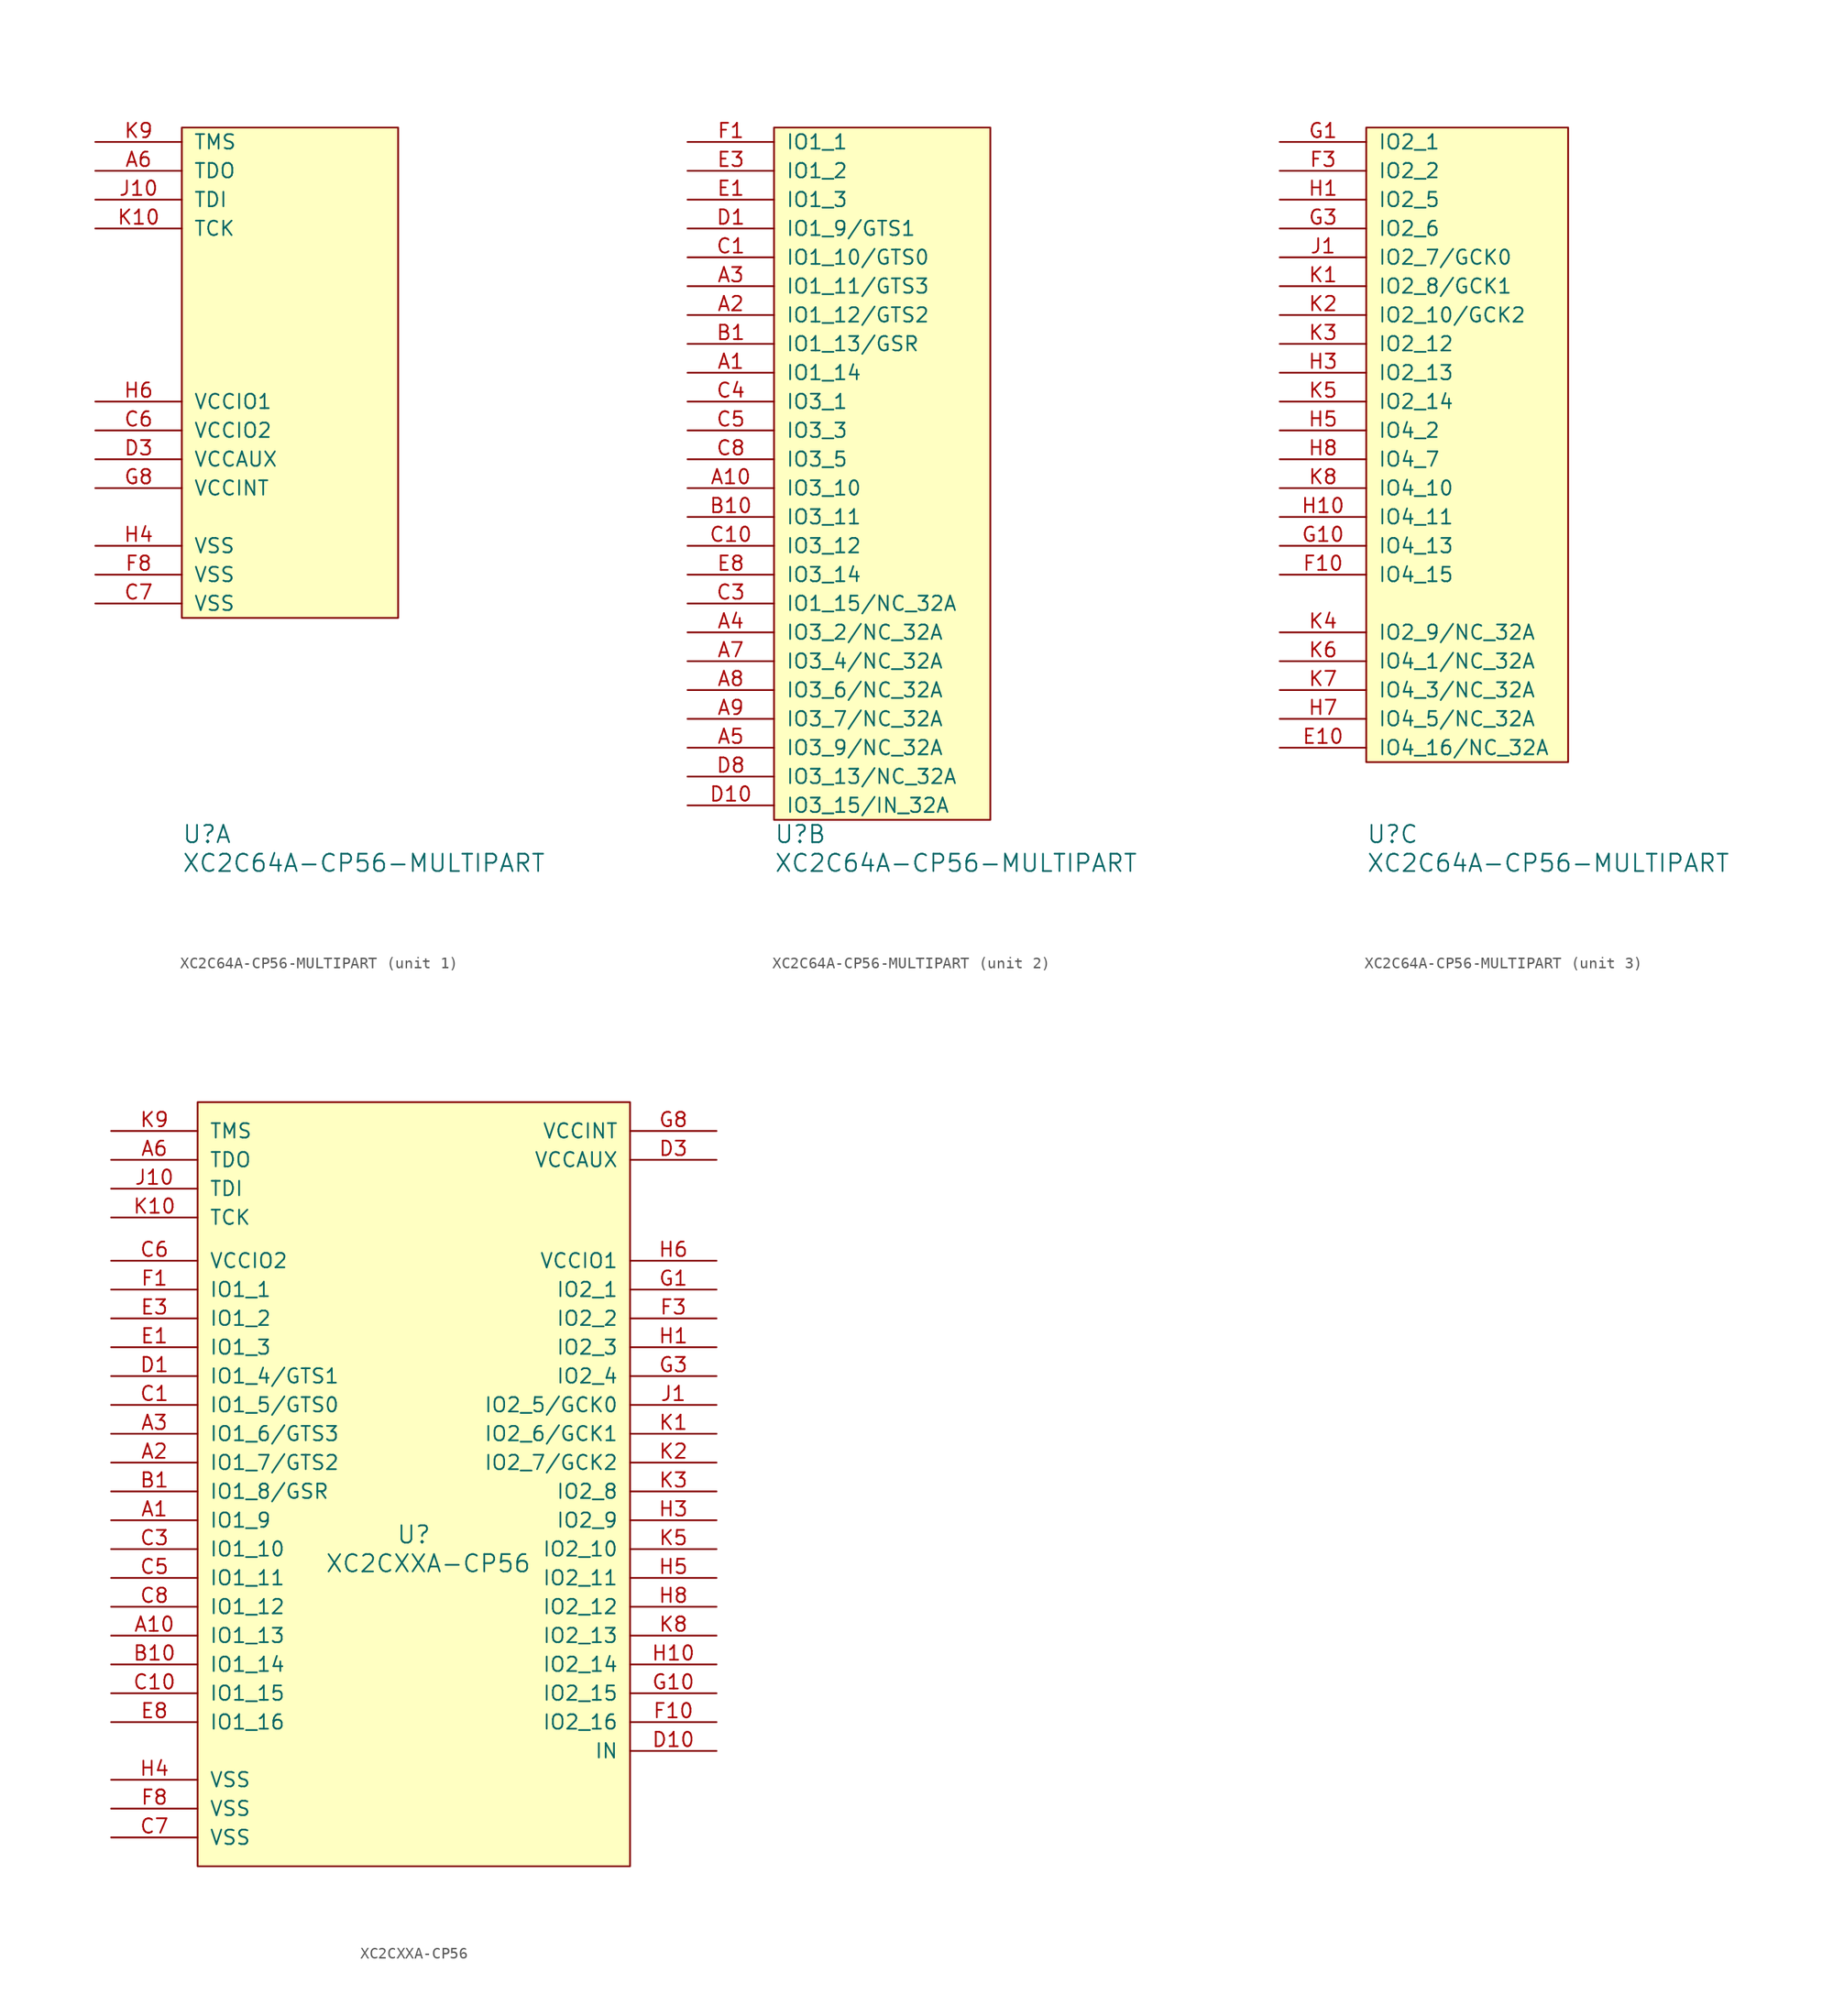
<source format=kicad_sym>
(kicad_symbol_lib
  (version 20211014)
  (generator kicad_symbol_editor)
  (symbol "XC2C64A-CP56-MULTIPART"
    (pin_names
      (offset 1.016))
    (property "Reference" "U"
      (at -19.05 -22.86 0)
      (effects (font (size 1.524 1.524)) (justify left)))
    (property "Value" "XC2C64A-CP56-MULTIPART"
      (at -19.05 -25.4 0)
      (effects (font (size 1.524 1.524)) (justify left)))
    (property "Footprint" ""
      (at 0 0 0)
      (effects (font (size 1.524 1.524))))
    (property "Datasheet" ""
      (at 0 0 0)
      (effects (font (size 1.524 1.524))))
    (property "ki_locked" ""
      (at 0 0 0)
      (effects (font (size 1.27 1.27))))
    (symbol "XC2C64A-CP56-MULTIPART_1_1"
      (rectangle (start -19.05 39.37) (end 0 -3.81) (stroke (width 0) (type default) (color 0 0 0 0)) (fill (type background)))
      (pin output line (at -26.67 35.56 0) (length 7.62) (name "TDO" (effects (font (size 1.27 1.27)))) (number "A6" (effects (font (size 1.27 1.27)))))
      (pin power_in line (at -26.67 12.7 0) (length 7.62) (name "VCCIO2" (effects (font (size 1.27 1.27)))) (number "C6" (effects (font (size 1.27 1.27)))))
      (pin power_in line (at -26.67 -2.54 0) (length 7.62) (name "VSS" (effects (font (size 1.27 1.27)))) (number "C7" (effects (font (size 1.27 1.27)))))
      (pin power_in line (at -26.67 10.16 0) (length 7.62) (name "VCCAUX" (effects (font (size 1.27 1.27)))) (number "D3" (effects (font (size 1.27 1.27)))))
      (pin power_in line (at -26.67 0 0) (length 7.62) (name "VSS" (effects (font (size 1.27 1.27)))) (number "F8" (effects (font (size 1.27 1.27)))))
      (pin power_in line (at -26.67 7.62 0) (length 7.62) (name "VCCINT" (effects (font (size 1.27 1.27)))) (number "G8" (effects (font (size 1.27 1.27)))))
      (pin power_in line (at -26.67 2.54 0) (length 7.62) (name "VSS" (effects (font (size 1.27 1.27)))) (number "H4" (effects (font (size 1.27 1.27)))))
      (pin power_in line (at -26.67 15.24 0) (length 7.62) (name "VCCIO1" (effects (font (size 1.27 1.27)))) (number "H6" (effects (font (size 1.27 1.27)))))
      (pin input line (at -26.67 33.02 0) (length 7.62) (name "TDI" (effects (font (size 1.27 1.27)))) (number "J10" (effects (font (size 1.27 1.27)))))
      (pin input line (at -26.67 30.48 0) (length 7.62) (name "TCK" (effects (font (size 1.27 1.27)))) (number "K10" (effects (font (size 1.27 1.27)))))
      (pin input line (at -26.67 38.1 0) (length 7.62) (name "TMS" (effects (font (size 1.27 1.27)))) (number "K9" (effects (font (size 1.27 1.27))))))
    (symbol "XC2C64A-CP56-MULTIPART_2_1"
      (rectangle (start -19.05 39.37) (end 0 -21.59) (stroke (width 0) (type default) (color 0 0 0 0)) (fill (type background)))
      (pin bidirectional line (at -26.67 17.78 0) (length 7.62) (name "IO1_14" (effects (font (size 1.27 1.27)))) (number "A1" (effects (font (size 1.27 1.27)))))
      (pin bidirectional line (at -26.67 7.62 0) (length 7.62) (name "IO3_10" (effects (font (size 1.27 1.27)))) (number "A10" (effects (font (size 1.27 1.27)))))
      (pin bidirectional line (at -26.67 22.86 0) (length 7.62) (name "IO1_12/GTS2" (effects (font (size 1.27 1.27)))) (number "A2" (effects (font (size 1.27 1.27)))))
      (pin bidirectional line (at -26.67 25.4 0) (length 7.62) (name "IO1_11/GTS3" (effects (font (size 1.27 1.27)))) (number "A3" (effects (font (size 1.27 1.27)))))
      (pin bidirectional line (at -26.67 -5.08 0) (length 7.62) (name "IO3_2/NC_32A" (effects (font (size 1.27 1.27)))) (number "A4" (effects (font (size 1.27 1.27)))))
      (pin bidirectional line (at -26.67 -15.24 0) (length 7.62) (name "IO3_9/NC_32A" (effects (font (size 1.27 1.27)))) (number "A5" (effects (font (size 1.27 1.27)))))
      (pin bidirectional line (at -26.67 -7.62 0) (length 7.62) (name "IO3_4/NC_32A" (effects (font (size 1.27 1.27)))) (number "A7" (effects (font (size 1.27 1.27)))))
      (pin bidirectional line (at -26.67 -10.16 0) (length 7.62) (name "IO3_6/NC_32A" (effects (font (size 1.27 1.27)))) (number "A8" (effects (font (size 1.27 1.27)))))
      (pin bidirectional line (at -26.67 -12.7 0) (length 7.62) (name "IO3_7/NC_32A" (effects (font (size 1.27 1.27)))) (number "A9" (effects (font (size 1.27 1.27)))))
      (pin bidirectional line (at -26.67 20.32 0) (length 7.62) (name "IO1_13/GSR" (effects (font (size 1.27 1.27)))) (number "B1" (effects (font (size 1.27 1.27)))))
      (pin bidirectional line (at -26.67 5.08 0) (length 7.62) (name "IO3_11" (effects (font (size 1.27 1.27)))) (number "B10" (effects (font (size 1.27 1.27)))))
      (pin bidirectional line (at -26.67 27.94 0) (length 7.62) (name "IO1_10/GTS0" (effects (font (size 1.27 1.27)))) (number "C1" (effects (font (size 1.27 1.27)))))
      (pin bidirectional line (at -26.67 2.54 0) (length 7.62) (name "IO3_12" (effects (font (size 1.27 1.27)))) (number "C10" (effects (font (size 1.27 1.27)))))
      (pin bidirectional line (at -26.67 -2.54 0) (length 7.62) (name "IO1_15/NC_32A" (effects (font (size 1.27 1.27)))) (number "C3" (effects (font (size 1.27 1.27)))))
      (pin bidirectional line (at -26.67 15.24 0) (length 7.62) (name "IO3_1" (effects (font (size 1.27 1.27)))) (number "C4" (effects (font (size 1.27 1.27)))))
      (pin bidirectional line (at -26.67 12.7 0) (length 7.62) (name "IO3_3" (effects (font (size 1.27 1.27)))) (number "C5" (effects (font (size 1.27 1.27)))))
      (pin bidirectional line (at -26.67 10.16 0) (length 7.62) (name "IO3_5" (effects (font (size 1.27 1.27)))) (number "C8" (effects (font (size 1.27 1.27)))))
      (pin bidirectional line (at -26.67 30.48 0) (length 7.62) (name "IO1_9/GTS1" (effects (font (size 1.27 1.27)))) (number "D1" (effects (font (size 1.27 1.27)))))
      (pin bidirectional line (at -26.67 -20.32 0) (length 7.62) (name "IO3_15/IN_32A" (effects (font (size 1.27 1.27)))) (number "D10" (effects (font (size 1.27 1.27)))))
      (pin bidirectional line (at -26.67 -17.78 0) (length 7.62) (name "IO3_13/NC_32A" (effects (font (size 1.27 1.27)))) (number "D8" (effects (font (size 1.27 1.27)))))
      (pin bidirectional line (at -26.67 33.02 0) (length 7.62) (name "IO1_3" (effects (font (size 1.27 1.27)))) (number "E1" (effects (font (size 1.27 1.27)))))
      (pin bidirectional line (at -26.67 35.56 0) (length 7.62) (name "IO1_2" (effects (font (size 1.27 1.27)))) (number "E3" (effects (font (size 1.27 1.27)))))
      (pin bidirectional line (at -26.67 0 0) (length 7.62) (name "IO3_14" (effects (font (size 1.27 1.27)))) (number "E8" (effects (font (size 1.27 1.27)))))
      (pin bidirectional line (at -26.67 38.1 0) (length 7.62) (name "IO1_1" (effects (font (size 1.27 1.27)))) (number "F1" (effects (font (size 1.27 1.27))))))
    (symbol "XC2C64A-CP56-MULTIPART_3_1"
      (rectangle (start -19.05 39.37) (end -1.27 -16.51) (stroke (width 0) (type default) (color 0 0 0 0)) (fill (type background)))
      (pin bidirectional line (at -26.67 -15.24 0) (length 7.62) (name "IO4_16/NC_32A" (effects (font (size 1.27 1.27)))) (number "E10" (effects (font (size 1.27 1.27)))))
      (pin bidirectional line (at -26.67 0 0) (length 7.62) (name "IO4_15" (effects (font (size 1.27 1.27)))) (number "F10" (effects (font (size 1.27 1.27)))))
      (pin bidirectional line (at -26.67 35.56 0) (length 7.62) (name "IO2_2" (effects (font (size 1.27 1.27)))) (number "F3" (effects (font (size 1.27 1.27)))))
      (pin bidirectional line (at -26.67 38.1 0) (length 7.62) (name "IO2_1" (effects (font (size 1.27 1.27)))) (number "G1" (effects (font (size 1.27 1.27)))))
      (pin bidirectional line (at -26.67 2.54 0) (length 7.62) (name "IO4_13" (effects (font (size 1.27 1.27)))) (number "G10" (effects (font (size 1.27 1.27)))))
      (pin bidirectional line (at -26.67 30.48 0) (length 7.62) (name "IO2_6" (effects (font (size 1.27 1.27)))) (number "G3" (effects (font (size 1.27 1.27)))))
      (pin bidirectional line (at -26.67 33.02 0) (length 7.62) (name "IO2_5" (effects (font (size 1.27 1.27)))) (number "H1" (effects (font (size 1.27 1.27)))))
      (pin bidirectional line (at -26.67 5.08 0) (length 7.62) (name "IO4_11" (effects (font (size 1.27 1.27)))) (number "H10" (effects (font (size 1.27 1.27)))))
      (pin bidirectional line (at -26.67 17.78 0) (length 7.62) (name "IO2_13" (effects (font (size 1.27 1.27)))) (number "H3" (effects (font (size 1.27 1.27)))))
      (pin bidirectional line (at -26.67 12.7 0) (length 7.62) (name "IO4_2" (effects (font (size 1.27 1.27)))) (number "H5" (effects (font (size 1.27 1.27)))))
      (pin bidirectional line (at -26.67 -12.7 0) (length 7.62) (name "IO4_5/NC_32A" (effects (font (size 1.27 1.27)))) (number "H7" (effects (font (size 1.27 1.27)))))
      (pin bidirectional line (at -26.67 10.16 0) (length 7.62) (name "IO4_7" (effects (font (size 1.27 1.27)))) (number "H8" (effects (font (size 1.27 1.27)))))
      (pin bidirectional line (at -26.67 27.94 0) (length 7.62) (name "IO2_7/GCK0" (effects (font (size 1.27 1.27)))) (number "J1" (effects (font (size 1.27 1.27)))))
      (pin bidirectional line (at -26.67 25.4 0) (length 7.62) (name "IO2_8/GCK1" (effects (font (size 1.27 1.27)))) (number "K1" (effects (font (size 1.27 1.27)))))
      (pin bidirectional line (at -26.67 22.86 0) (length 7.62) (name "IO2_10/GCK2" (effects (font (size 1.27 1.27)))) (number "K2" (effects (font (size 1.27 1.27)))))
      (pin bidirectional line (at -26.67 20.32 0) (length 7.62) (name "IO2_12" (effects (font (size 1.27 1.27)))) (number "K3" (effects (font (size 1.27 1.27)))))
      (pin bidirectional line (at -26.67 -5.08 0) (length 7.62) (name "IO2_9/NC_32A" (effects (font (size 1.27 1.27)))) (number "K4" (effects (font (size 1.27 1.27)))))
      (pin bidirectional line (at -26.67 15.24 0) (length 7.62) (name "IO2_14" (effects (font (size 1.27 1.27)))) (number "K5" (effects (font (size 1.27 1.27)))))
      (pin bidirectional line (at -26.67 -7.62 0) (length 7.62) (name "IO4_1/NC_32A" (effects (font (size 1.27 1.27)))) (number "K6" (effects (font (size 1.27 1.27)))))
      (pin bidirectional line (at -26.67 -10.16 0) (length 7.62) (name "IO4_3/NC_32A" (effects (font (size 1.27 1.27)))) (number "K7" (effects (font (size 1.27 1.27)))))
      (pin bidirectional line (at -26.67 7.62 0) (length 7.62) (name "IO4_10" (effects (font (size 1.27 1.27)))) (number "K8" (effects (font (size 1.27 1.27)))))))
  (symbol "XC2CXXA-CP56"
    (pin_names
      (offset 1.016))
    (property "Reference" "U"
      (at 0 0 0)
      (effects (font (size 1.524 1.524))))
    (property "Value" "XC2CXXA-CP56"
      (at 1.27 -2.54 0)
      (effects (font (size 1.524 1.524))))
    (property "Footprint" ""
      (at 0 0 0)
      (effects (font (size 1.524 1.524))))
    (property "Datasheet" ""
      (at 0 0 0)
      (effects (font (size 1.524 1.524))))
    (symbol "XC2CXXA-CP56_0_1"
      (rectangle (start -19.05 38.1) (end 19.05 -29.21) (stroke (width 0) (type default) (color 0 0 0 0)) (fill (type background))))
    (symbol "XC2CXXA-CP56_1_1"
      (pin bidirectional line (at -26.67 1.27 0) (length 7.62) (name "IO1_9" (effects (font (size 1.27 1.27)))) (number "A1" (effects (font (size 1.27 1.27)))))
      (pin bidirectional line (at -26.67 -8.89 0) (length 7.62) (name "IO1_13" (effects (font (size 1.27 1.27)))) (number "A10" (effects (font (size 1.27 1.27)))))
      (pin bidirectional line (at -26.67 6.35 0) (length 7.62) (name "IO1_7/GTS2" (effects (font (size 1.27 1.27)))) (number "A2" (effects (font (size 1.27 1.27)))))
      (pin bidirectional line (at -26.67 8.89 0) (length 7.62) (name "IO1_6/GTS3" (effects (font (size 1.27 1.27)))) (number "A3" (effects (font (size 1.27 1.27)))))
      (pin output line (at -26.67 33.02 0) (length 7.62) (name "TDO" (effects (font (size 1.27 1.27)))) (number "A6" (effects (font (size 1.27 1.27)))))
      (pin bidirectional line (at -26.67 3.81 0) (length 7.62) (name "IO1_8/GSR" (effects (font (size 1.27 1.27)))) (number "B1" (effects (font (size 1.27 1.27)))))
      (pin bidirectional line (at -26.67 -11.43 0) (length 7.62) (name "IO1_14" (effects (font (size 1.27 1.27)))) (number "B10" (effects (font (size 1.27 1.27)))))
      (pin bidirectional line (at -26.67 11.43 0) (length 7.62) (name "IO1_5/GTS0" (effects (font (size 1.27 1.27)))) (number "C1" (effects (font (size 1.27 1.27)))))
      (pin bidirectional line (at -26.67 -13.97 0) (length 7.62) (name "IO1_15" (effects (font (size 1.27 1.27)))) (number "C10" (effects (font (size 1.27 1.27)))))
      (pin bidirectional line (at -26.67 -1.27 0) (length 7.62) (name "IO1_10" (effects (font (size 1.27 1.27)))) (number "C3" (effects (font (size 1.27 1.27)))))
      (pin bidirectional line (at -26.67 -3.81 0) (length 7.62) (name "IO1_11" (effects (font (size 1.27 1.27)))) (number "C5" (effects (font (size 1.27 1.27)))))
      (pin power_in line (at -26.67 24.13 0) (length 7.62) (name "VCCIO2" (effects (font (size 1.27 1.27)))) (number "C6" (effects (font (size 1.27 1.27)))))
      (pin power_in line (at -26.67 -26.67 0) (length 7.62) (name "VSS" (effects (font (size 1.27 1.27)))) (number "C7" (effects (font (size 1.27 1.27)))))
      (pin bidirectional line (at -26.67 -6.35 0) (length 7.62) (name "IO1_12" (effects (font (size 1.27 1.27)))) (number "C8" (effects (font (size 1.27 1.27)))))
      (pin bidirectional line (at -26.67 13.97 0) (length 7.62) (name "IO1_4/GTS1" (effects (font (size 1.27 1.27)))) (number "D1" (effects (font (size 1.27 1.27)))))
      (pin input line (at 26.67 -19.05 180) (length 7.62) (name "IN" (effects (font (size 1.27 1.27)))) (number "D10" (effects (font (size 1.27 1.27)))))
      (pin power_in line (at 26.67 33.02 180) (length 7.62) (name "VCCAUX" (effects (font (size 1.27 1.27)))) (number "D3" (effects (font (size 1.27 1.27)))))
      (pin bidirectional line (at -26.67 16.51 0) (length 7.62) (name "IO1_3" (effects (font (size 1.27 1.27)))) (number "E1" (effects (font (size 1.27 1.27)))))
      (pin bidirectional line (at -26.67 19.05 0) (length 7.62) (name "IO1_2" (effects (font (size 1.27 1.27)))) (number "E3" (effects (font (size 1.27 1.27)))))
      (pin bidirectional line (at -26.67 -16.51 0) (length 7.62) (name "IO1_16" (effects (font (size 1.27 1.27)))) (number "E8" (effects (font (size 1.27 1.27)))))
      (pin bidirectional line (at -26.67 21.59 0) (length 7.62) (name "IO1_1" (effects (font (size 1.27 1.27)))) (number "F1" (effects (font (size 1.27 1.27)))))
      (pin bidirectional line (at 26.67 -16.51 180) (length 7.62) (name "IO2_16" (effects (font (size 1.27 1.27)))) (number "F10" (effects (font (size 1.27 1.27)))))
      (pin bidirectional line (at 26.67 19.05 180) (length 7.62) (name "IO2_2" (effects (font (size 1.27 1.27)))) (number "F3" (effects (font (size 1.27 1.27)))))
      (pin power_in line (at -26.67 -24.13 0) (length 7.62) (name "VSS" (effects (font (size 1.27 1.27)))) (number "F8" (effects (font (size 1.27 1.27)))))
      (pin bidirectional line (at 26.67 21.59 180) (length 7.62) (name "IO2_1" (effects (font (size 1.27 1.27)))) (number "G1" (effects (font (size 1.27 1.27)))))
      (pin bidirectional line (at 26.67 -13.97 180) (length 7.62) (name "IO2_15" (effects (font (size 1.27 1.27)))) (number "G10" (effects (font (size 1.27 1.27)))))
      (pin bidirectional line (at 26.67 13.97 180) (length 7.62) (name "IO2_4" (effects (font (size 1.27 1.27)))) (number "G3" (effects (font (size 1.27 1.27)))))
      (pin power_in line (at 26.67 35.56 180) (length 7.62) (name "VCCINT" (effects (font (size 1.27 1.27)))) (number "G8" (effects (font (size 1.27 1.27)))))
      (pin bidirectional line (at 26.67 16.51 180) (length 7.62) (name "IO2_3" (effects (font (size 1.27 1.27)))) (number "H1" (effects (font (size 1.27 1.27)))))
      (pin bidirectional line (at 26.67 -11.43 180) (length 7.62) (name "IO2_14" (effects (font (size 1.27 1.27)))) (number "H10" (effects (font (size 1.27 1.27)))))
      (pin bidirectional line (at 26.67 1.27 180) (length 7.62) (name "IO2_9" (effects (font (size 1.27 1.27)))) (number "H3" (effects (font (size 1.27 1.27)))))
      (pin power_in line (at -26.67 -21.59 0) (length 7.62) (name "VSS" (effects (font (size 1.27 1.27)))) (number "H4" (effects (font (size 1.27 1.27)))))
      (pin bidirectional line (at 26.67 -3.81 180) (length 7.62) (name "IO2_11" (effects (font (size 1.27 1.27)))) (number "H5" (effects (font (size 1.27 1.27)))))
      (pin power_in line (at 26.67 24.13 180) (length 7.62) (name "VCCIO1" (effects (font (size 1.27 1.27)))) (number "H6" (effects (font (size 1.27 1.27)))))
      (pin bidirectional line (at 26.67 -6.35 180) (length 7.62) (name "IO2_12" (effects (font (size 1.27 1.27)))) (number "H8" (effects (font (size 1.27 1.27)))))
      (pin bidirectional line (at 26.67 11.43 180) (length 7.62) (name "IO2_5/GCK0" (effects (font (size 1.27 1.27)))) (number "J1" (effects (font (size 1.27 1.27)))))
      (pin input line (at -26.67 30.48 0) (length 7.62) (name "TDI" (effects (font (size 1.27 1.27)))) (number "J10" (effects (font (size 1.27 1.27)))))
      (pin bidirectional line (at 26.67 8.89 180) (length 7.62) (name "IO2_6/GCK1" (effects (font (size 1.27 1.27)))) (number "K1" (effects (font (size 1.27 1.27)))))
      (pin input line (at -26.67 27.94 0) (length 7.62) (name "TCK" (effects (font (size 1.27 1.27)))) (number "K10" (effects (font (size 1.27 1.27)))))
      (pin bidirectional line (at 26.67 6.35 180) (length 7.62) (name "IO2_7/GCK2" (effects (font (size 1.27 1.27)))) (number "K2" (effects (font (size 1.27 1.27)))))
      (pin bidirectional line (at 26.67 3.81 180) (length 7.62) (name "IO2_8" (effects (font (size 1.27 1.27)))) (number "K3" (effects (font (size 1.27 1.27)))))
      (pin bidirectional line (at 26.67 -1.27 180) (length 7.62) (name "IO2_10" (effects (font (size 1.27 1.27)))) (number "K5" (effects (font (size 1.27 1.27)))))
      (pin bidirectional line (at 26.67 -8.89 180) (length 7.62) (name "IO2_13" (effects (font (size 1.27 1.27)))) (number "K8" (effects (font (size 1.27 1.27)))))
      (pin input line (at -26.67 35.56 0) (length 7.62) (name "TMS" (effects (font (size 1.27 1.27)))) (number "K9" (effects (font (size 1.27 1.27))))))))
</source>
